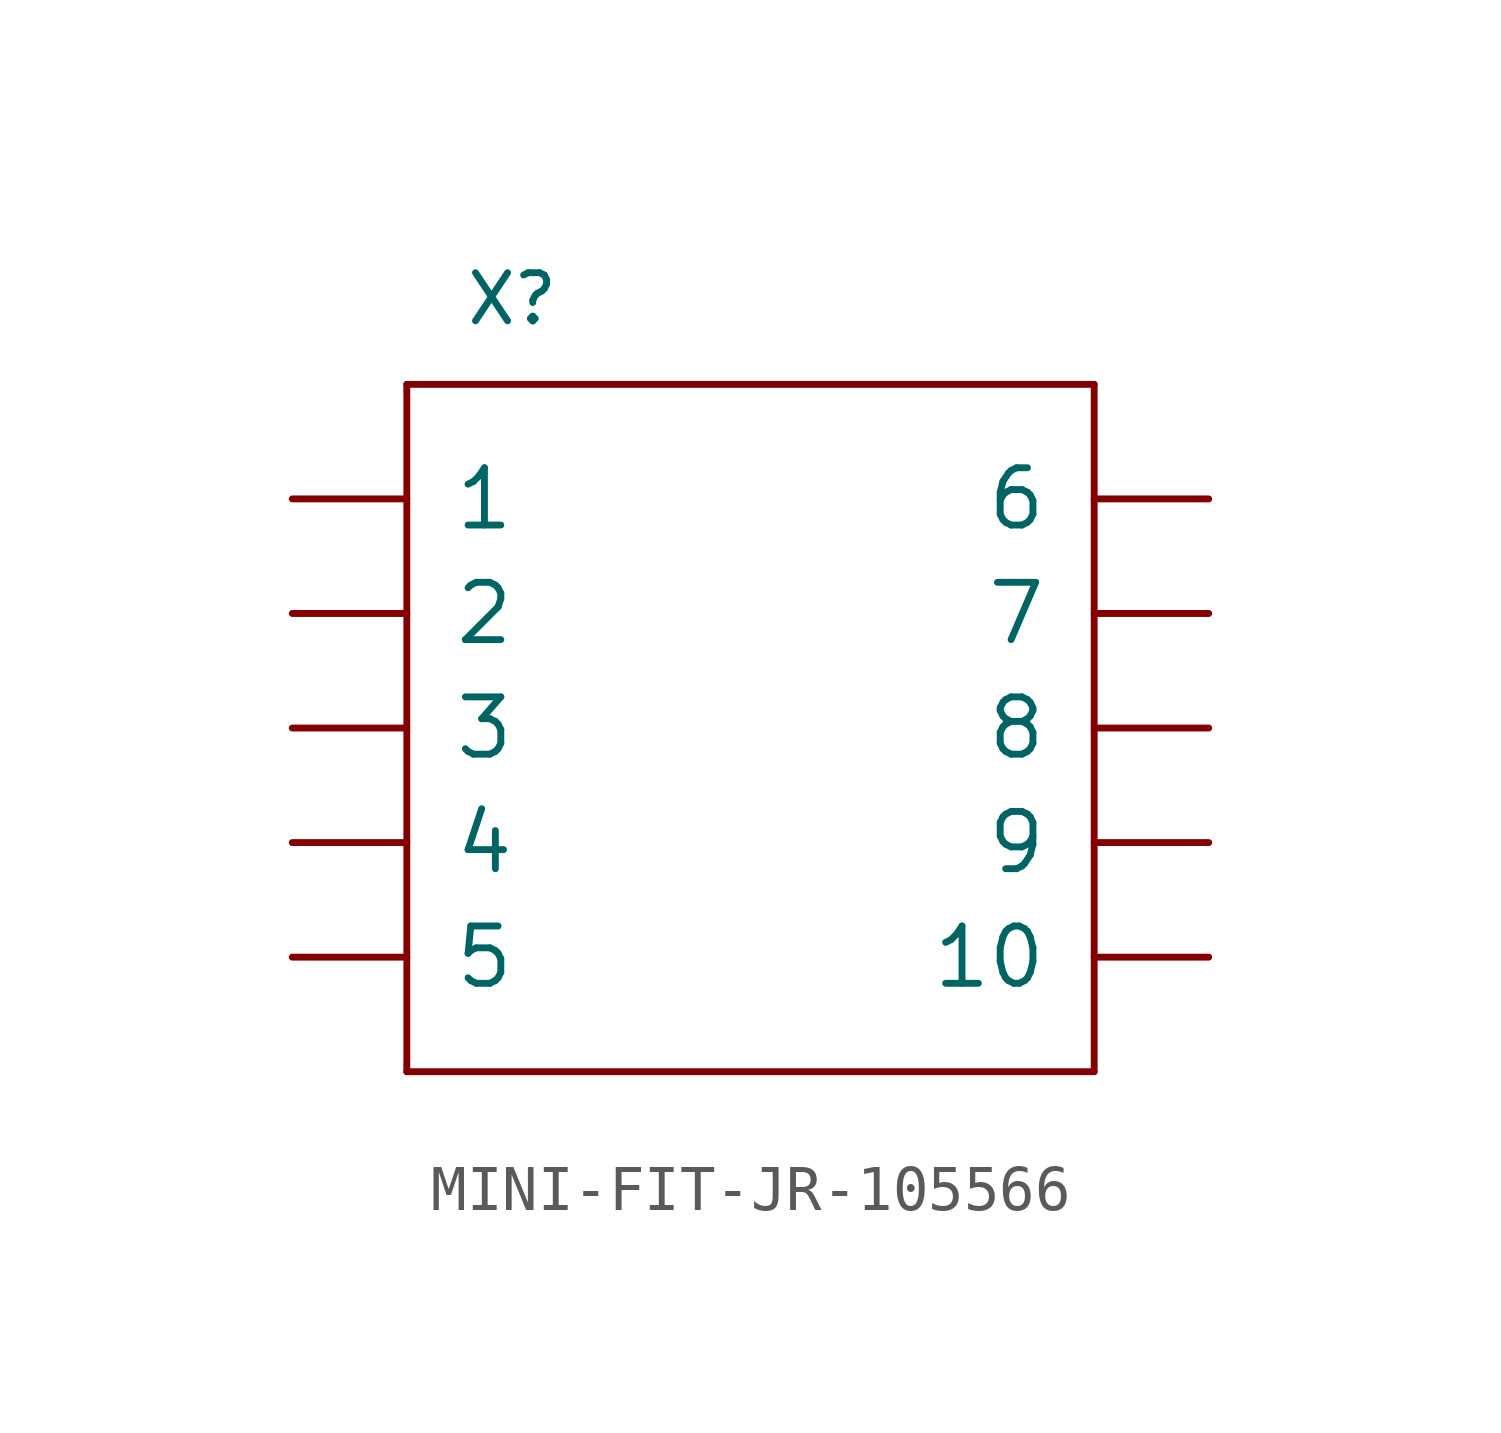
<source format=kicad_sym>
(kicad_symbol_lib
  (version 20211014)
  (generator kicad_symbol_editor)
  (symbol "MINI-FIT-JR-105566"
    (pin_names
      (offset 1.016))
    (property "Reference" "X"
      (at -6.35 8.89 0)
      (effects (font (size 1.067 1.067)) (justify left bottom)))
    (property "ki_locked" ""
      (at 0 0 0)
      (effects (font (size 1.27 1.27))))
    (symbol "MINI-FIT-JR-105566_1_0"
      (polyline (pts (xy -7.62 -7.62) (xy 7.62 -7.62)) (stroke (width 0) (type default) (color 0 0 0 0)) (fill (type none)))
      (polyline (pts (xy -7.62 7.62) (xy -7.62 -7.62)) (stroke (width 0) (type default) (color 0 0 0 0)) (fill (type none)))
      (polyline (pts (xy 7.62 -7.62) (xy 7.62 7.62)) (stroke (width 0) (type default) (color 0 0 0 0)) (fill (type none)))
      (polyline (pts (xy 7.62 7.62) (xy -7.62 7.62)) (stroke (width 0) (type default) (color 0 0 0 0)) (fill (type none)))
      (pin bidirectional line (at -10.16 5.08 0) (length 2.54) (name "1" (effects (font (size 1.27 1.27)))) (number "P1" (effects (font (size 0 0)))))
      (pin bidirectional line (at 10.16 -5.08 180) (length 2.54) (name "10" (effects (font (size 1.27 1.27)))) (number "P10" (effects (font (size 0 0)))))
      (pin bidirectional line (at -10.16 2.54 0) (length 2.54) (name "2" (effects (font (size 1.27 1.27)))) (number "P2" (effects (font (size 0 0)))))
      (pin bidirectional line (at -10.16 0 0) (length 2.54) (name "3" (effects (font (size 1.27 1.27)))) (number "P3" (effects (font (size 0 0)))))
      (pin bidirectional line (at -10.16 -2.54 0) (length 2.54) (name "4" (effects (font (size 1.27 1.27)))) (number "P4" (effects (font (size 0 0)))))
      (pin bidirectional line (at -10.16 -5.08 0) (length 2.54) (name "5" (effects (font (size 1.27 1.27)))) (number "P5" (effects (font (size 0 0)))))
      (pin bidirectional line (at 10.16 5.08 180) (length 2.54) (name "6" (effects (font (size 1.27 1.27)))) (number "P6" (effects (font (size 0 0)))))
      (pin bidirectional line (at 10.16 2.54 180) (length 2.54) (name "7" (effects (font (size 1.27 1.27)))) (number "P7" (effects (font (size 0 0)))))
      (pin bidirectional line (at 10.16 0 180) (length 2.54) (name "8" (effects (font (size 1.27 1.27)))) (number "P8" (effects (font (size 0 0)))))
      (pin bidirectional line (at 10.16 -2.54 180) (length 2.54) (name "9" (effects (font (size 1.27 1.27)))) (number "P9" (effects (font (size 0 0))))))))
</source>
